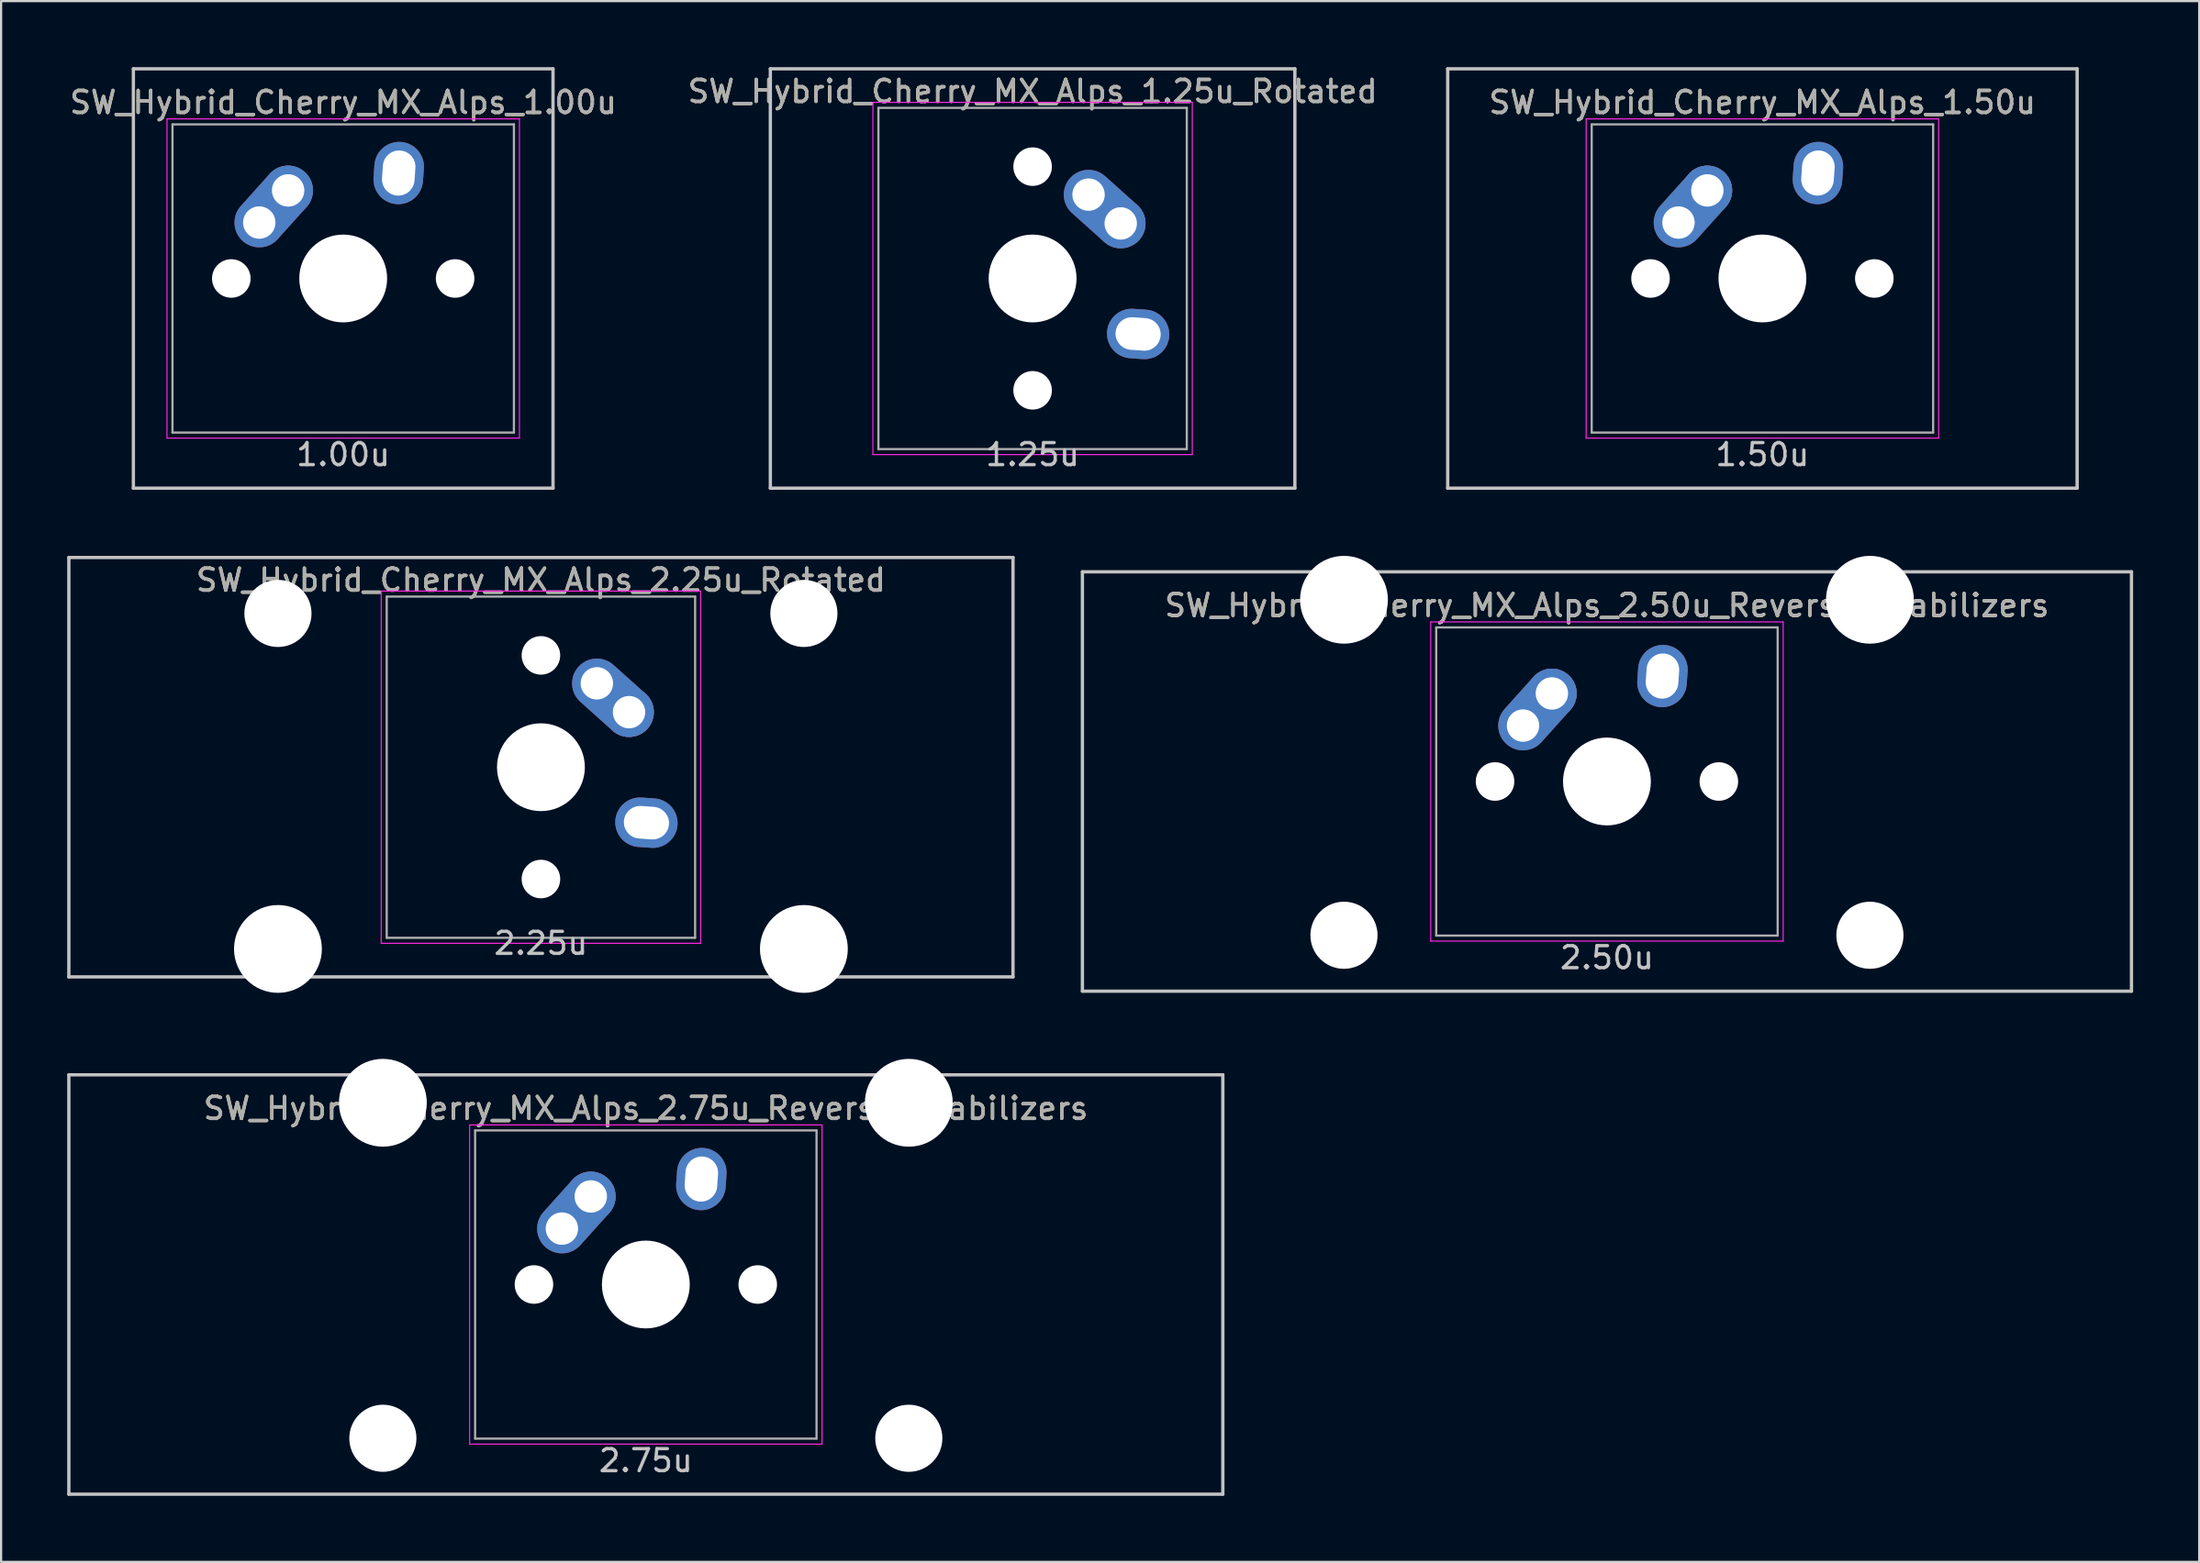
<source format=kicad_pcb>
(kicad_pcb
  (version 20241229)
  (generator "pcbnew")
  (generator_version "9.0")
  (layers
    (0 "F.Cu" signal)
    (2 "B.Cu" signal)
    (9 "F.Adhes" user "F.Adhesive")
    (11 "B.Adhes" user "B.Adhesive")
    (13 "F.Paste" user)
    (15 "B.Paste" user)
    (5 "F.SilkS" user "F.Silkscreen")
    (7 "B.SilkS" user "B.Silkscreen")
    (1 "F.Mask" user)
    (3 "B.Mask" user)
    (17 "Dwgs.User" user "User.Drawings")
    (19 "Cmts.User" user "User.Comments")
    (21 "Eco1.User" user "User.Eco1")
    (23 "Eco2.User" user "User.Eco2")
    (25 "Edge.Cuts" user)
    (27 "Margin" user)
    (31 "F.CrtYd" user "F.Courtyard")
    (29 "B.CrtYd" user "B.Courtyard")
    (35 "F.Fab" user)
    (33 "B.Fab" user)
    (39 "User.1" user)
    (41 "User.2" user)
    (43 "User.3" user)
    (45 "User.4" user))
  (footprint "SW_Hybrid_Cherry_MX_Alps_2.75u_ReversedStabilizers"
    (layer "F.Cu")
    (at 26.269 55.298)
    (property "Reference" "SW_Hybrid_Cherry_MX_Alps_2.75u_ReversedStabilizers" (at 0 -8 0) (layer "F.SilkS") (effects (font (size 1 1) (thickness 0.15))))
    (attr through_hole)
    (fp_line (start -26.194 -9.525) (end 26.194 -9.525) (stroke (width 0.15) (type solid)) (layer "Dwgs.User"))
    (fp_line (start -26.194 9.525) (end -26.194 -9.525) (stroke (width 0.15) (type solid)) (layer "Dwgs.User"))
    (fp_line (start -26.194 9.525) (end 26.194 9.525) (stroke (width 0.15) (type solid)) (layer "Dwgs.User"))
    (fp_line (start 26.194 -9.525) (end 26.194 9.525) (stroke (width 0.15) (type solid)) (layer "Dwgs.User"))
    (fp_line (start -8 -7.25) (end 8 -7.25) (stroke (width 0.05) (type solid)) (layer "F.CrtYd"))
    (fp_line (start -8 7.25) (end -8 -7.25) (stroke (width 0.05) (type solid)) (layer "F.CrtYd"))
    (fp_line (start 8 -7.25) (end 8 7.25) (stroke (width 0.05) (type solid)) (layer "F.CrtYd"))
    (fp_line (start 8 7.25) (end -8 7.25) (stroke (width 0.05) (type solid)) (layer "F.CrtYd"))
    (fp_line (start -7.75 -7) (end 7.75 -7) (stroke (width 0.1) (type solid)) (layer "F.Fab"))
    (fp_line (start -7.75 7) (end -7.75 -7) (stroke (width 0.1) (type solid)) (layer "F.Fab"))
    (fp_line (start 7.75 -7) (end 7.75 7) (stroke (width 0.1) (type solid)) (layer "F.Fab"))
    (fp_line (start 7.75 7) (end -7.75 7) (stroke (width 0.1) (type solid)) (layer "F.Fab"))
    (fp_text user "2.75u" (at 0 8 0) (layer "Dwgs.User") (effects (font (size 1 1) (thickness 0.15))))
    (fp_text user "${REFERENCE}" (at 0 -8 0) (layer "F.Fab") (effects (font (size 1 1) (thickness 0.15))))
    (pad "" np_thru_hole circle (at -11.938 -8.255) (size 3.988 3.988) (drill 3.988) (layers "*.Cu" "*.Mask"))
    (pad "" np_thru_hole circle (at -11.938 6.985) (size 3.048 3.048) (drill 3.048) (layers "*.Cu" "*.Mask"))
    (pad "" np_thru_hole circle (at -5.08 0 48.1) (size 1.75 1.75) (drill 1.75) (layers "*.Cu" "*.Mask"))
    (pad "" np_thru_hole circle (at 0 0) (size 3.988 3.988) (drill 3.988) (layers "*.Cu" "*.Mask"))
    (pad "" np_thru_hole circle (at 5.08 0 48.1) (size 1.75 1.75) (drill 1.75) (layers "*.Cu" "*.Mask"))
    (pad "" np_thru_hole circle (at 11.938 -8.255) (size 3.988 3.988) (drill 3.988) (layers "*.Cu" "*.Mask"))
    (pad "" np_thru_hole circle (at 11.938 6.985) (size 3.048 3.048) (drill 3.048) (layers "*.Cu" "*.Mask"))
    (pad "1" thru_hole oval (at -3.81 -2.54 48.1) (size 4.212 2.25) (drill 1.47 (offset 0.981 0)) (layers "*.Cu" "B.Mask"))
    (pad "1" thru_hole circle (at -2.5 -4) (size 2.25 2.25) (drill 1.47) (layers "*.Cu" "B.Mask"))
    (pad "2" thru_hole oval (at 2.52 -4.79 86) (size 2.831 2.25) (drill oval 2.051 1.48) (layers "*.Cu" "B.Mask")))
  (footprint "SW_Hybrid_Cherry_MX_Alps_1.00u"
    (layer "F.Cu")
    (at 12.53 9.6)
    (property "Reference" "SW_Hybrid_Cherry_MX_Alps_1.00u" (at 0 -8 0) (layer "F.SilkS") (effects (font (size 1 1) (thickness 0.15))))
    (attr through_hole)
    (fp_line (start -9.525 -9.525) (end 9.525 -9.525) (stroke (width 0.15) (type solid)) (layer "Dwgs.User"))
    (fp_line (start -9.525 9.525) (end -9.525 -9.525) (stroke (width 0.15) (type solid)) (layer "Dwgs.User"))
    (fp_line (start 9.525 -9.525) (end 9.525 9.525) (stroke (width 0.15) (type solid)) (layer "Dwgs.User"))
    (fp_line (start 9.525 9.525) (end -9.525 9.525) (stroke (width 0.15) (type solid)) (layer "Dwgs.User"))
    (fp_line (start -8 -7.25) (end 8 -7.25) (stroke (width 0.05) (type solid)) (layer "F.CrtYd"))
    (fp_line (start -8 7.25) (end -8 -7.25) (stroke (width 0.05) (type solid)) (layer "F.CrtYd"))
    (fp_line (start 8 -7.25) (end 8 7.25) (stroke (width 0.05) (type solid)) (layer "F.CrtYd"))
    (fp_line (start 8 7.25) (end -8 7.25) (stroke (width 0.05) (type solid)) (layer "F.CrtYd"))
    (fp_line (start -7.75 -7) (end 7.75 -7) (stroke (width 0.1) (type solid)) (layer "F.Fab"))
    (fp_line (start -7.75 7) (end -7.75 -7) (stroke (width 0.1) (type solid)) (layer "F.Fab"))
    (fp_line (start 7.75 -7) (end 7.75 7) (stroke (width 0.1) (type solid)) (layer "F.Fab"))
    (fp_line (start 7.75 7) (end -7.75 7) (stroke (width 0.1) (type solid)) (layer "F.Fab"))
    (fp_text user "1.00u" (at 0 8 0) (layer "Dwgs.User") (effects (font (size 1 1) (thickness 0.15))))
    (fp_text user "${REFERENCE}" (at 0 -8 0) (layer "F.Fab") (effects (font (size 1 1) (thickness 0.15))))
    (pad "" np_thru_hole circle (at -5.08 0 48.1) (size 1.75 1.75) (drill 1.75) (layers "*.Cu" "*.Mask"))
    (pad "" np_thru_hole circle (at 0 0) (size 3.988 3.988) (drill 3.988) (layers "*.Cu" "*.Mask"))
    (pad "" np_thru_hole circle (at 5.08 0 48.1) (size 1.75 1.75) (drill 1.75) (layers "*.Cu" "*.Mask"))
    (pad "1" thru_hole oval (at -3.81 -2.54 48.1) (size 4.212 2.25) (drill 1.47 (offset 0.981 0)) (layers "*.Cu" "B.Mask"))
    (pad "1" thru_hole circle (at -2.5 -4) (size 2.25 2.25) (drill 1.47) (layers "*.Cu" "B.Mask"))
    (pad "2" thru_hole oval (at 2.52 -4.79 86) (size 2.831 2.25) (drill oval 2.051 1.48) (layers "*.Cu" "B.Mask")))
  (footprint "SW_Hybrid_Cherry_MX_Alps_2.25u_Rotated"
    (layer "F.Cu")
    (at 21.506 31.8)
    (property "Reference" "SW_Hybrid_Cherry_MX_Alps_2.25u_Rotated" (at 0 -8.5 0) (layer "F.SilkS") (effects (font (size 1 1) (thickness 0.15))))
    (attr through_hole)
    (fp_line (start -21.431 -9.525) (end 21.431 -9.525) (stroke (width 0.15) (type solid)) (layer "Dwgs.User"))
    (fp_line (start -21.431 9.525) (end -21.431 -9.525) (stroke (width 0.15) (type solid)) (layer "Dwgs.User"))
    (fp_line (start -21.431 9.525) (end 21.431 9.525) (stroke (width 0.15) (type solid)) (layer "Dwgs.User"))
    (fp_line (start 21.431 -9.525) (end 21.431 9.525) (stroke (width 0.15) (type solid)) (layer "Dwgs.User"))
    (fp_line (start -7.25 -8) (end 7.25 -8) (stroke (width 0.05) (type solid)) (layer "F.CrtYd"))
    (fp_line (start -7.25 8) (end -7.25 -8) (stroke (width 0.05) (type solid)) (layer "F.CrtYd"))
    (fp_line (start 7.25 -8) (end 7.25 8) (stroke (width 0.05) (type solid)) (layer "F.CrtYd"))
    (fp_line (start 7.25 8) (end -7.25 8) (stroke (width 0.05) (type solid)) (layer "F.CrtYd"))
    (fp_line (start -7 -7.75) (end 7 -7.75) (stroke (width 0.1) (type solid)) (layer "F.Fab"))
    (fp_line (start -7 7.75) (end -7 -7.75) (stroke (width 0.1) (type solid)) (layer "F.Fab"))
    (fp_line (start 7 -7.75) (end 7 7.75) (stroke (width 0.1) (type solid)) (layer "F.Fab"))
    (fp_line (start 7 7.75) (end -7 7.75) (stroke (width 0.1) (type solid)) (layer "F.Fab"))
    (fp_text user "2.25u" (at 0 8 0) (layer "Dwgs.User") (effects (font (size 1 1) (thickness 0.15))))
    (fp_text user "${REFERENCE}" (at 0 -8.5 0) (layer "F.Fab") (effects (font (size 1 1) (thickness 0.15))))
    (pad "" np_thru_hole circle (at -11.938 -6.985) (size 3.048 3.048) (drill 3.048) (layers "*.Cu" "*.Mask"))
    (pad "" np_thru_hole circle (at -11.938 8.255) (size 3.988 3.988) (drill 3.988) (layers "*.Cu" "*.Mask"))
    (pad "" np_thru_hole circle (at 0 -5.08 318.1) (size 1.75 1.75) (drill 1.75) (layers "*.Cu" "*.Mask"))
    (pad "" np_thru_hole circle (at 0 0 270) (size 3.988 3.988) (drill 3.988) (layers "*.Cu" "*.Mask"))
    (pad "" np_thru_hole circle (at 0 5.08 318.1) (size 1.75 1.75) (drill 1.75) (layers "*.Cu" "*.Mask"))
    (pad "" np_thru_hole circle (at 11.938 -6.985) (size 3.048 3.048) (drill 3.048) (layers "*.Cu" "*.Mask"))
    (pad "" np_thru_hole circle (at 11.938 8.255) (size 3.988 3.988) (drill 3.988) (layers "*.Cu" "*.Mask"))
    (pad "1" thru_hole oval (at 2.54 -3.81 318.1) (size 4.212 2.25) (drill 1.47 (offset 0.981 0)) (layers "*.Cu" "B.Mask"))
    (pad "1" thru_hole circle (at 4 -2.5 270) (size 2.25 2.25) (drill 1.47) (layers "*.Cu" "B.Mask"))
    (pad "2" thru_hole oval (at 4.79 2.52 356) (size 2.831 2.25) (drill oval 2.051 1.48) (layers "*.Cu" "B.Mask")))
  (footprint "SW_Hybrid_Cherry_MX_Alps_1.25u_Rotated"
    (layer "F.Cu")
    (at 43.827 9.6)
    (property "Reference" "SW_Hybrid_Cherry_MX_Alps_1.25u_Rotated" (at 0 -8.5 0) (layer "F.SilkS") (effects (font (size 1 1) (thickness 0.15))))
    (attr through_hole)
    (fp_line (start -11.906 -9.525) (end 11.906 -9.525) (stroke (width 0.15) (type solid)) (layer "Dwgs.User"))
    (fp_line (start -11.906 9.525) (end -11.906 -9.525) (stroke (width 0.15) (type solid)) (layer "Dwgs.User"))
    (fp_line (start 11.906 -9.525) (end 11.906 9.525) (stroke (width 0.15) (type solid)) (layer "Dwgs.User"))
    (fp_line (start 11.906 9.525) (end -11.906 9.525) (stroke (width 0.15) (type solid)) (layer "Dwgs.User"))
    (fp_line (start -7.25 -8) (end 7.25 -8) (stroke (width 0.05) (type solid)) (layer "F.CrtYd"))
    (fp_line (start -7.25 8) (end -7.25 -8) (stroke (width 0.05) (type solid)) (layer "F.CrtYd"))
    (fp_line (start 7.25 -8) (end 7.25 8) (stroke (width 0.05) (type solid)) (layer "F.CrtYd"))
    (fp_line (start 7.25 8) (end -7.25 8) (stroke (width 0.05) (type solid)) (layer "F.CrtYd"))
    (fp_line (start -7 -7.75) (end 7 -7.75) (stroke (width 0.1) (type solid)) (layer "F.Fab"))
    (fp_line (start -7 7.75) (end -7 -7.75) (stroke (width 0.1) (type solid)) (layer "F.Fab"))
    (fp_line (start 7 -7.75) (end 7 7.75) (stroke (width 0.1) (type solid)) (layer "F.Fab"))
    (fp_line (start 7 7.75) (end -7 7.75) (stroke (width 0.1) (type solid)) (layer "F.Fab"))
    (fp_text user "1.25u" (at 0 8 0) (layer "Dwgs.User") (effects (font (size 1 1) (thickness 0.15))))
    (fp_text user "${REFERENCE}" (at 0 -8.5 0) (layer "F.Fab") (effects (font (size 1 1) (thickness 0.15))))
    (pad "" np_thru_hole circle (at 0 -5.08 318.1) (size 1.75 1.75) (drill 1.75) (layers "*.Cu" "*.Mask"))
    (pad "" np_thru_hole circle (at 0 0 270) (size 3.988 3.988) (drill 3.988) (layers "*.Cu" "*.Mask"))
    (pad "" np_thru_hole circle (at 0 5.08 318.1) (size 1.75 1.75) (drill 1.75) (layers "*.Cu" "*.Mask"))
    (pad "1" thru_hole oval (at 2.54 -3.81 318.1) (size 4.212 2.25) (drill 1.47 (offset 0.981 0)) (layers "*.Cu" "B.Mask"))
    (pad "1" thru_hole circle (at 4 -2.5 270) (size 2.25 2.25) (drill 1.47) (layers "*.Cu" "B.Mask"))
    (pad "2" thru_hole oval (at 4.79 2.52 356) (size 2.831 2.25) (drill oval 2.051 1.48) (layers "*.Cu" "B.Mask")))
  (footprint "SW_Hybrid_Cherry_MX_Alps_1.50u"
    (layer "F.Cu")
    (at 76.958 9.6)
    (property "Reference" "SW_Hybrid_Cherry_MX_Alps_1.50u" (at 0 -8 0) (layer "F.SilkS") (effects (font (size 1 1) (thickness 0.15))))
    (attr through_hole)
    (fp_line (start -14.287 -9.525) (end 14.287 -9.525) (stroke (width 0.15) (type solid)) (layer "Dwgs.User"))
    (fp_line (start -14.287 9.525) (end -14.287 -9.525) (stroke (width 0.15) (type solid)) (layer "Dwgs.User"))
    (fp_line (start 14.287 -9.525) (end 14.287 9.525) (stroke (width 0.15) (type solid)) (layer "Dwgs.User"))
    (fp_line (start 14.287 9.525) (end -14.287 9.525) (stroke (width 0.15) (type solid)) (layer "Dwgs.User"))
    (fp_line (start -8 -7.25) (end 8 -7.25) (stroke (width 0.05) (type solid)) (layer "F.CrtYd"))
    (fp_line (start -8 7.25) (end -8 -7.25) (stroke (width 0.05) (type solid)) (layer "F.CrtYd"))
    (fp_line (start 8 -7.25) (end 8 7.25) (stroke (width 0.05) (type solid)) (layer "F.CrtYd"))
    (fp_line (start 8 7.25) (end -8 7.25) (stroke (width 0.05) (type solid)) (layer "F.CrtYd"))
    (fp_line (start -7.75 -7) (end 7.75 -7) (stroke (width 0.1) (type solid)) (layer "F.Fab"))
    (fp_line (start -7.75 7) (end -7.75 -7) (stroke (width 0.1) (type solid)) (layer "F.Fab"))
    (fp_line (start 7.75 -7) (end 7.75 7) (stroke (width 0.1) (type solid)) (layer "F.Fab"))
    (fp_line (start 7.75 7) (end -7.75 7) (stroke (width 0.1) (type solid)) (layer "F.Fab"))
    (fp_text user "1.50u" (at 0 8 0) (layer "Dwgs.User") (effects (font (size 1 1) (thickness 0.15))))
    (fp_text user "${REFERENCE}" (at 0 -8 0) (layer "F.Fab") (effects (font (size 1 1) (thickness 0.15))))
    (pad "" np_thru_hole circle (at -5.08 0 48.1) (size 1.75 1.75) (drill 1.75) (layers "*.Cu" "*.Mask"))
    (pad "" np_thru_hole circle (at 0 0) (size 3.988 3.988) (drill 3.988) (layers "*.Cu" "*.Mask"))
    (pad "" np_thru_hole circle (at 5.08 0 48.1) (size 1.75 1.75) (drill 1.75) (layers "*.Cu" "*.Mask"))
    (pad "1" thru_hole oval (at -3.81 -2.54 48.1) (size 4.212 2.25) (drill 1.47 (offset 0.981 0)) (layers "*.Cu" "B.Mask"))
    (pad "1" thru_hole circle (at -2.5 -4) (size 2.25 2.25) (drill 1.47) (layers "*.Cu" "B.Mask"))
    (pad "2" thru_hole oval (at 2.52 -4.79 86) (size 2.831 2.25) (drill oval 2.051 1.48) (layers "*.Cu" "B.Mask")))
  (footprint "SW_Hybrid_Cherry_MX_Alps_2.50u_ReversedStabilizers"
    (layer "F.Cu")
    (at 69.9 32.449)
    (property "Reference" "SW_Hybrid_Cherry_MX_Alps_2.50u_ReversedStabilizers" (at 0 -8 0) (layer "F.SilkS") (effects (font (size 1 1) (thickness 0.15))))
    (attr through_hole)
    (fp_line (start -23.812 -9.525) (end 23.812 -9.525) (stroke (width 0.15) (type solid)) (layer "Dwgs.User"))
    (fp_line (start -23.812 9.525) (end -23.812 -9.525) (stroke (width 0.15) (type solid)) (layer "Dwgs.User"))
    (fp_line (start -23.812 9.525) (end 23.812 9.525) (stroke (width 0.15) (type solid)) (layer "Dwgs.User"))
    (fp_line (start 23.812 -9.525) (end 23.812 9.525) (stroke (width 0.15) (type solid)) (layer "Dwgs.User"))
    (fp_line (start -8 -7.25) (end 8 -7.25) (stroke (width 0.05) (type solid)) (layer "F.CrtYd"))
    (fp_line (start -8 7.25) (end -8 -7.25) (stroke (width 0.05) (type solid)) (layer "F.CrtYd"))
    (fp_line (start 8 -7.25) (end 8 7.25) (stroke (width 0.05) (type solid)) (layer "F.CrtYd"))
    (fp_line (start 8 7.25) (end -8 7.25) (stroke (width 0.05) (type solid)) (layer "F.CrtYd"))
    (fp_line (start -7.75 -7) (end 7.75 -7) (stroke (width 0.1) (type solid)) (layer "F.Fab"))
    (fp_line (start -7.75 7) (end -7.75 -7) (stroke (width 0.1) (type solid)) (layer "F.Fab"))
    (fp_line (start 7.75 -7) (end 7.75 7) (stroke (width 0.1) (type solid)) (layer "F.Fab"))
    (fp_line (start 7.75 7) (end -7.75 7) (stroke (width 0.1) (type solid)) (layer "F.Fab"))
    (fp_text user "2.50u" (at 0 8 0) (layer "Dwgs.User") (effects (font (size 1 1) (thickness 0.15))))
    (fp_text user "${REFERENCE}" (at 0 -8 0) (layer "F.Fab") (effects (font (size 1 1) (thickness 0.15))))
    (pad "" np_thru_hole circle (at -11.938 -8.255) (size 3.988 3.988) (drill 3.988) (layers "*.Cu" "*.Mask"))
    (pad "" np_thru_hole circle (at -11.938 6.985) (size 3.048 3.048) (drill 3.048) (layers "*.Cu" "*.Mask"))
    (pad "" np_thru_hole circle (at -5.08 0 48.1) (size 1.75 1.75) (drill 1.75) (layers "*.Cu" "*.Mask"))
    (pad "" np_thru_hole circle (at 0 0) (size 3.988 3.988) (drill 3.988) (layers "*.Cu" "*.Mask"))
    (pad "" np_thru_hole circle (at 5.08 0 48.1) (size 1.75 1.75) (drill 1.75) (layers "*.Cu" "*.Mask"))
    (pad "" np_thru_hole circle (at 11.938 -8.255) (size 3.988 3.988) (drill 3.988) (layers "*.Cu" "*.Mask"))
    (pad "" np_thru_hole circle (at 11.938 6.985) (size 3.048 3.048) (drill 3.048) (layers "*.Cu" "*.Mask"))
    (pad "1" thru_hole oval (at -3.81 -2.54 48.1) (size 4.212 2.25) (drill 1.47 (offset 0.981 0)) (layers "*.Cu" "B.Mask"))
    (pad "1" thru_hole circle (at -2.5 -4) (size 2.25 2.25) (drill 1.47) (layers "*.Cu" "B.Mask"))
    (pad "2" thru_hole oval (at 2.52 -4.79 86) (size 2.831 2.25) (drill oval 2.051 1.48) (layers "*.Cu" "B.Mask")))
  (gr_rect
    (start -3 -3)
    (end 96.787 67.898)
    (stroke (width 0.1) (type default))
    (fill no)
    (layer "Edge.Cuts")))
</source>
